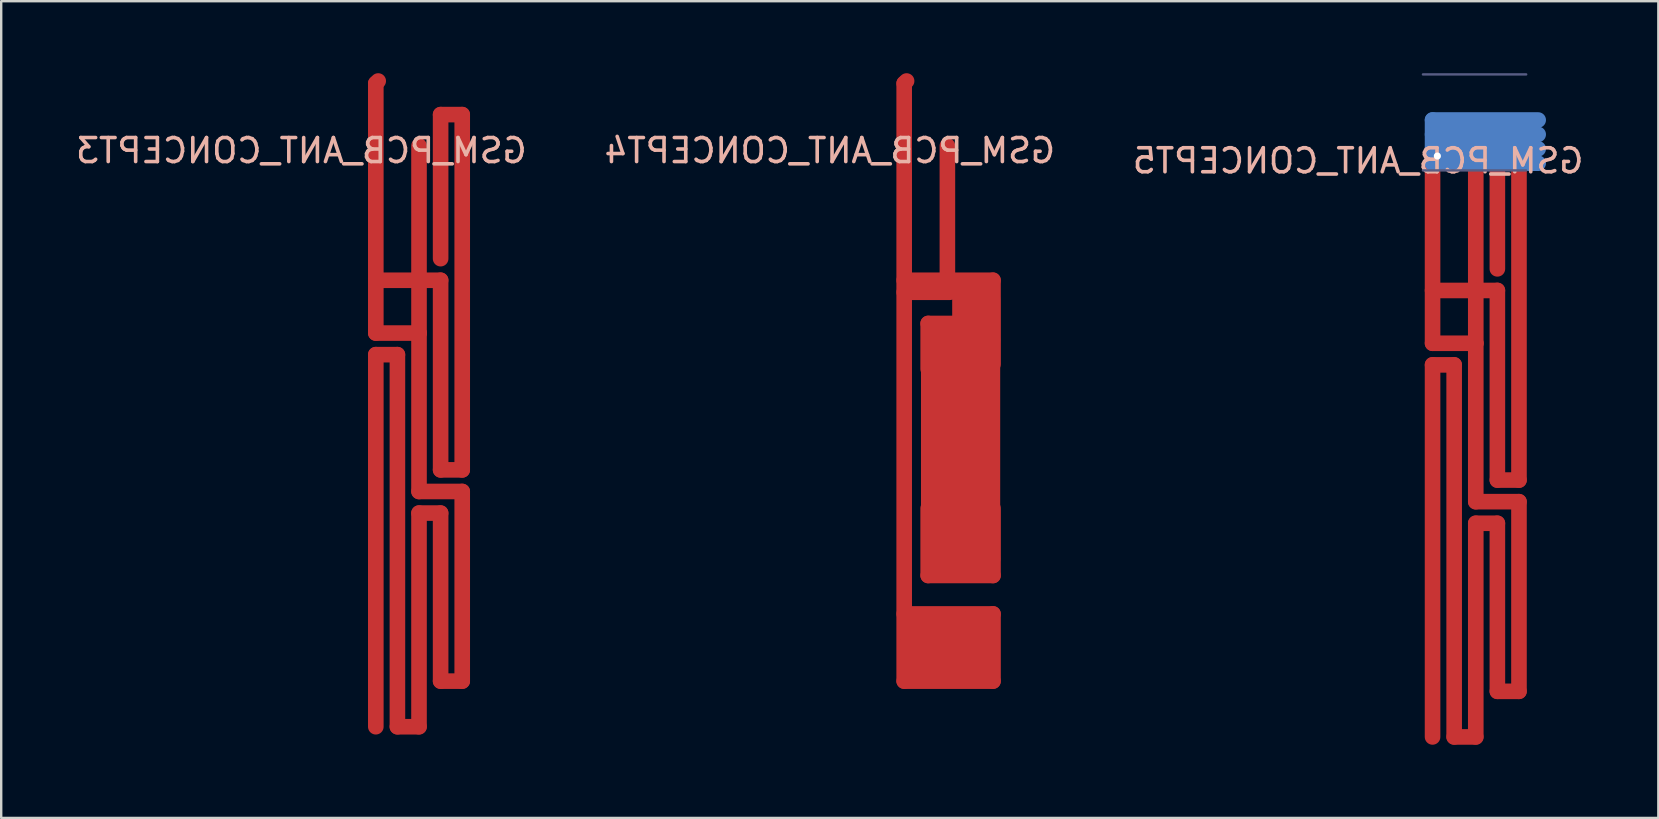
<source format=kicad_pcb>
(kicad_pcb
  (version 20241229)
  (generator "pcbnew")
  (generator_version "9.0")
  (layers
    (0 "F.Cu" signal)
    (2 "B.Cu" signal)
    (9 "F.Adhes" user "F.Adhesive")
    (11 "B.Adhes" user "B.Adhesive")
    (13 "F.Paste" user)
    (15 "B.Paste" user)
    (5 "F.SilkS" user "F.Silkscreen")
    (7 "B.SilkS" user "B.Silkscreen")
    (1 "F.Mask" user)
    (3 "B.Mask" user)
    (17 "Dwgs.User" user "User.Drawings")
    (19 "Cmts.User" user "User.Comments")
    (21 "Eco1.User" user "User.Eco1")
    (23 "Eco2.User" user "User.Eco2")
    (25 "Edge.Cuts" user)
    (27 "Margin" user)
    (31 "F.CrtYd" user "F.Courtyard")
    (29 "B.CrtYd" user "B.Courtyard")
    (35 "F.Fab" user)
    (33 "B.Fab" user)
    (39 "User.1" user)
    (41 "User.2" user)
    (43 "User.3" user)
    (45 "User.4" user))
  (footprint "GSM_PCB_ANT_CONCEPT4"
    (layer "F.Cu")
    (at 36.418 3.025)
    (property "Reference" "GSM_PCB_ANT_CONCEPT4" (at -4.9 0.2 0) (layer "B.SilkS") (effects (font (size 1 1) (thickness 0.15)) (justify mirror)))
    (attr through_hole)
    (fp_line (start -1.8 -2.6) (end -1.7 -2.7) (stroke (width 0.65) (type solid)) (layer "F.Cu"))
    (fp_line (start -1.8 6.1) (end 0.1 6.1) (stroke (width 0.65) (type solid)) (layer "F.Cu"))
    (fp_line (start -1.8 19.5) (end 1.9 19.5) (stroke (width 0.65) (type solid)) (layer "F.Cu"))
    (fp_line (start -1.8 22.3) (end -1.8 -2.6) (stroke (width 0.65) (type solid)) (layer "F.Cu"))
    (fp_line (start -1.8 22.3) (end 1.9 22.3) (stroke (width 0.65) (type solid)) (layer "F.Cu"))
    (fp_line (start -0.8 7.4) (end 1.1 7.4) (stroke (width 0.65) (type solid)) (layer "F.Cu"))
    (fp_line (start -0.8 9.3) (end -0.8 7.4) (stroke (width 0.65) (type solid)) (layer "F.Cu"))
    (fp_line (start -0.8 17.9) (end -0.8 15.1) (stroke (width 0.65) (type solid)) (layer "F.Cu"))
    (fp_line (start -0.8 17.9) (end 1.9 17.9) (stroke (width 0.65) (type solid)) (layer "F.Cu"))
    (fp_line (start -0.5 20.9) (end 0.6 20.9) (stroke (width 3) (type solid)) (layer "F.Cu"))
    (fp_line (start -0.1 17.2) (end -0.1 8.1) (stroke (width 2) (type solid)) (layer "F.Cu"))
    (fp_line (start 0 0) (end 0 5.6) (stroke (width 0.65) (type solid)) (layer "F.Cu"))
    (fp_line (start 0 5.6) (end -1.8 5.6) (stroke (width 0.65) (type solid)) (layer "F.Cu"))
    (fp_line (start 0 5.6) (end 1.9 5.6) (stroke (width 0.65) (type solid)) (layer "F.Cu"))
    (fp_line (start 1.2 8.1) (end -0.1 8.1) (stroke (width 2) (type solid)) (layer "F.Cu"))
    (fp_line (start 1.2 17.2) (end -0.1 17.2) (stroke (width 2) (type solid)) (layer "F.Cu"))
    (fp_line (start 1.2 17.2) (end 1.2 6.4) (stroke (width 2) (type solid)) (layer "F.Cu"))
    (fp_line (start 1.9 5.6) (end 1.9 9.1) (stroke (width 0.65) (type solid)) (layer "F.Cu"))
    (fp_line (start 1.9 17.9) (end 1.9 15.1) (stroke (width 0.65) (type solid)) (layer "F.Cu"))
    (fp_line (start 1.9 22.3) (end 1.9 19.5) (stroke (width 0.65) (type solid)) (layer "F.Cu"))
    (fp_line (start -2.15 -2.3) (end -2.15 22.6) (stroke (width 0.05) (type solid)) (layer "Eco1.User"))
    (fp_line (start -2.15 -2.3) (end 2.25 -2.3) (stroke (width 0.05) (type solid)) (layer "Eco1.User"))
    (fp_line (start -2.15 22.6) (end 2.05 22.6) (stroke (width 0.05) (type solid)) (layer "Eco1.User"))
    (fp_line (start -2.15 22.7) (end -2.15 22.8) (stroke (width 0.05) (type solid)) (layer "Eco1.User"))
    (fp_line (start -2.15 22.95) (end -2.15 23.05) (stroke (width 0.05) (type solid)) (layer "Eco1.User"))
    (fp_line (start -2.15 23.2) (end -2.15 23.3) (stroke (width 0.05) (type solid)) (layer "Eco1.User"))
    (fp_line (start -2.15 23.45) (end -2.15 23.55) (stroke (width 0.05) (type solid)) (layer "Eco1.User"))
    (fp_line (start -2.15 23.7) (end -2.15 23.8) (stroke (width 0.05) (type solid)) (layer "Eco1.User"))
    (fp_line (start -2.15 23.95) (end -2.15 24.05) (stroke (width 0.05) (type solid)) (layer "Eco1.User"))
    (fp_line (start -2.15 24.2) (end -2.15 24.3) (stroke (width 0.05) (type solid)) (layer "Eco1.User"))
    (fp_line (start -2.15 24.45) (end -2.15 24.55) (stroke (width 0.05) (type solid)) (layer "Eco1.User"))
    (fp_line (start -2.15 24.55) (end -2.05 24.55) (stroke (width 0.05) (type solid)) (layer "Eco1.User"))
    (fp_line (start -1.9 24.55) (end -1.8 24.55) (stroke (width 0.05) (type solid)) (layer "Eco1.User"))
    (fp_line (start -1.65 24.55) (end -1.55 24.55) (stroke (width 0.05) (type solid)) (layer "Eco1.User"))
    (fp_line (start -1.4 24.55) (end -1.3 24.55) (stroke (width 0.05) (type solid)) (layer "Eco1.User"))
    (fp_line (start -1.15 24.55) (end -1.05 24.55) (stroke (width 0.05) (type solid)) (layer "Eco1.User"))
    (fp_line (start -0.9 24.55) (end -0.8 24.55) (stroke (width 0.05) (type solid)) (layer "Eco1.User"))
    (fp_line (start -0.65 24.55) (end -0.55 24.55) (stroke (width 0.05) (type solid)) (layer "Eco1.User"))
    (fp_line (start -0.45 -0.325) (end -0.45 0.325) (stroke (width 0.05) (type solid)) (layer "Eco1.User"))
    (fp_line (start -0.45 -0.325) (end 0.45 -0.325) (stroke (width 0.05) (type solid)) (layer "Eco1.User"))
    (fp_line (start -0.45 0.325) (end 0.45 0.325) (stroke (width 0.05) (type solid)) (layer "Eco1.User"))
    (fp_line (start -0.4 24.55) (end -0.3 24.55) (stroke (width 0.05) (type solid)) (layer "Eco1.User"))
    (fp_line (start -0.15 24.55) (end -0.05 24.55) (stroke (width 0.05) (type solid)) (layer "Eco1.User"))
    (fp_line (start 0.1 24.55) (end 0.15 24.55) (stroke (width 0.05) (type solid)) (layer "Eco1.User"))
    (fp_line (start 0.275 24.375) (end 0.2 24.45) (stroke (width 0.05) (type solid)) (layer "Eco1.User"))
    (fp_line (start 0.45 -0.325) (end 0.45 0.325) (stroke (width 0.05) (type solid)) (layer "Eco1.User"))
    (fp_line (start 0.45 24.2) (end 0.375 24.275) (stroke (width 0.05) (type solid)) (layer "Eco1.User"))
    (fp_line (start 0.625 24.025) (end 0.55 24.1) (stroke (width 0.05) (type solid)) (layer "Eco1.User"))
    (fp_line (start 0.8 23.85) (end 0.725 23.925) (stroke (width 0.05) (type solid)) (layer "Eco1.User"))
    (fp_line (start 0.975 23.675) (end 0.9 23.75) (stroke (width 0.05) (type solid)) (layer "Eco1.User"))
    (fp_line (start 1.15 23.5) (end 1.075 23.575) (stroke (width 0.05) (type solid)) (layer "Eco1.User"))
    (fp_line (start 1.325 23.325) (end 1.25 23.4) (stroke (width 0.05) (type solid)) (layer "Eco1.User"))
    (fp_line (start 1.525 23.125) (end 1.45 23.2) (stroke (width 0.05) (type solid)) (layer "Eco1.User"))
    (fp_line (start 1.725 22.925) (end 1.65 23) (stroke (width 0.05) (type solid)) (layer "Eco1.User"))
    (fp_line (start 1.913 22.738) (end 1.837 22.812) (stroke (width 0.05) (type solid)) (layer "Eco1.User"))
    (fp_line (start 2.25 -2.3) (end 2.25 22.4) (stroke (width 0.05) (type solid)) (layer "Eco1.User"))
    (fp_line (start 2.25 22.4) (end 2.05 22.6) (stroke (width 0.05) (type solid)) (layer "Eco1.User"))
    (pad "1" smd rect (at 0 0) (size 0.2 0.2) (layers "F.Cu"))
    (pad "2" smd rect (at -1.7 -2.7) (size 0.2 0.2) (layers "F.Cu")))
  (footprint "GSM_PCB_ANT_CONCEPT5"
    (layer "F.Cu")
    (at 58.43 3.45)
    (property "Reference" "GSM_PCB_ANT_CONCEPT5" (at -4.9 0.2 0) (layer "B.SilkS") (effects (font (size 1 1) (thickness 0.15)) (justify mirror)))
    (attr through_hole)
    (fp_line (start -1.8 7.8) (end -1.8 0.2) (stroke (width 0.65) (type solid)) (layer "F.Cu"))
    (fp_line (start -1.8 8.7) (end -1.8 24.2) (stroke (width 0.65) (type solid)) (layer "F.Cu"))
    (fp_line (start -1.7 0.1) (end -1.8 0.2) (stroke (width 0.65) (type solid)) (layer "F.Cu"))
    (fp_line (start -0.9 8.7) (end -1.8 8.7) (stroke (width 0.65) (type solid)) (layer "F.Cu"))
    (fp_line (start -0.9 8.7) (end -0.9 24.2) (stroke (width 0.65) (type solid)) (layer "F.Cu"))
    (fp_line (start -0.9 24.2) (end 0 24.2) (stroke (width 0.65) (type solid)) (layer "F.Cu"))
    (fp_line (start 0 0) (end 0 5.6) (stroke (width 0.65) (type solid)) (layer "F.Cu"))
    (fp_line (start 0 5.6) (end -1.8 5.6) (stroke (width 0.65) (type solid)) (layer "F.Cu"))
    (fp_line (start 0 5.6) (end 0.9 5.6) (stroke (width 0.65) (type solid)) (layer "F.Cu"))
    (fp_line (start 0 7.8) (end -1.8 7.8) (stroke (width 0.65) (type solid)) (layer "F.Cu"))
    (fp_line (start 0 7.8) (end 0 5.6) (stroke (width 0.65) (type solid)) (layer "F.Cu"))
    (fp_line (start 0 7.8) (end 0 14.4) (stroke (width 0.65) (type solid)) (layer "F.Cu"))
    (fp_line (start 0 15.3) (end 0 24.2) (stroke (width 0.65) (type solid)) (layer "F.Cu"))
    (fp_line (start 0.9 -1.3) (end 0.9 4.7) (stroke (width 0.65) (type solid)) (layer "F.Cu"))
    (fp_line (start 0.9 5.6) (end 0.9 13.5) (stroke (width 0.65) (type solid)) (layer "F.Cu"))
    (fp_line (start 0.9 15.3) (end 0 15.3) (stroke (width 0.65) (type solid)) (layer "F.Cu"))
    (fp_line (start 0.9 15.3) (end 0.9 22.3) (stroke (width 0.65) (type solid)) (layer "F.Cu"))
    (fp_line (start 1.8 -1.3) (end 0.9 -1.3) (stroke (width 0.65) (type solid)) (layer "F.Cu"))
    (fp_line (start 1.8 -1.3) (end 1.8 13.5) (stroke (width 0.65) (type solid)) (layer "F.Cu"))
    (fp_line (start 1.8 13.5) (end 0.9 13.5) (stroke (width 0.65) (type solid)) (layer "F.Cu"))
    (fp_line (start 1.8 14.4) (end 0 14.4) (stroke (width 0.65) (type solid)) (layer "F.Cu"))
    (fp_line (start 1.8 14.4) (end 1.8 22.3) (stroke (width 0.65) (type solid)) (layer "F.Cu"))
    (fp_line (start 1.8 22.3) (end 0.9 22.3) (stroke (width 0.65) (type solid)) (layer "F.Cu"))
    (fp_line (start -1.8 -1.5) (end -1.8 0.3) (stroke (width 0.65) (type solid)) (layer "B.Cu"))
    (fp_line (start 2.6 -1.5) (end -1.8 -1.5) (stroke (width 0.65) (type solid)) (layer "B.Cu"))
    (fp_line (start 2.6 -0.9) (end -1.8 -0.9) (stroke (width 0.65) (type solid)) (layer "B.Cu"))
    (fp_line (start 2.6 -0.3) (end -1.8 -0.3) (stroke (width 0.65) (type solid)) (layer "B.Cu"))
    (fp_line (start 2.6 0.3) (end -1.8 0.3) (stroke (width 0.65) (type solid)) (layer "B.Cu"))
    (fp_line (start -2.15 -2.3) (end -2.15 22.6) (stroke (width 0.05) (type solid)) (layer "Eco1.User"))
    (fp_line (start -2.15 -2.3) (end 2.25 -2.3) (stroke (width 0.05) (type solid)) (layer "Eco1.User"))
    (fp_line (start -2.15 22.6) (end 2.05 22.6) (stroke (width 0.05) (type solid)) (layer "Eco1.User"))
    (fp_line (start -2.15 22.7) (end -2.15 22.8) (stroke (width 0.05) (type solid)) (layer "Eco1.User"))
    (fp_line (start -2.15 22.95) (end -2.15 23.05) (stroke (width 0.05) (type solid)) (layer "Eco1.User"))
    (fp_line (start -2.15 23.2) (end -2.15 23.3) (stroke (width 0.05) (type solid)) (layer "Eco1.User"))
    (fp_line (start -2.15 23.45) (end -2.15 23.55) (stroke (width 0.05) (type solid)) (layer "Eco1.User"))
    (fp_line (start -2.15 23.7) (end -2.15 23.8) (stroke (width 0.05) (type solid)) (layer "Eco1.User"))
    (fp_line (start -2.15 23.95) (end -2.15 24.05) (stroke (width 0.05) (type solid)) (layer "Eco1.User"))
    (fp_line (start -2.15 24.2) (end -2.15 24.3) (stroke (width 0.05) (type solid)) (layer "Eco1.User"))
    (fp_line (start -2.15 24.45) (end -2.15 24.55) (stroke (width 0.05) (type solid)) (layer "Eco1.User"))
    (fp_line (start -2.15 24.55) (end -2.05 24.55) (stroke (width 0.05) (type solid)) (layer "Eco1.User"))
    (fp_line (start -1.9 24.55) (end -1.8 24.55) (stroke (width 0.05) (type solid)) (layer "Eco1.User"))
    (fp_line (start -1.65 24.55) (end -1.55 24.55) (stroke (width 0.05) (type solid)) (layer "Eco1.User"))
    (fp_line (start -1.4 24.55) (end -1.3 24.55) (stroke (width 0.05) (type solid)) (layer "Eco1.User"))
    (fp_line (start -1.15 24.55) (end -1.05 24.55) (stroke (width 0.05) (type solid)) (layer "Eco1.User"))
    (fp_line (start -0.9 24.55) (end -0.8 24.55) (stroke (width 0.05) (type solid)) (layer "Eco1.User"))
    (fp_line (start -0.65 24.55) (end -0.55 24.55) (stroke (width 0.05) (type solid)) (layer "Eco1.User"))
    (fp_line (start -0.45 -0.325) (end -0.45 0.325) (stroke (width 0.05) (type solid)) (layer "Eco1.User"))
    (fp_line (start -0.45 -0.325) (end 0.45 -0.325) (stroke (width 0.05) (type solid)) (layer "Eco1.User"))
    (fp_line (start -0.45 0.325) (end 0.45 0.325) (stroke (width 0.05) (type solid)) (layer "Eco1.User"))
    (fp_line (start -0.4 24.55) (end -0.3 24.55) (stroke (width 0.05) (type solid)) (layer "Eco1.User"))
    (fp_line (start -0.15 24.55) (end -0.05 24.55) (stroke (width 0.05) (type solid)) (layer "Eco1.User"))
    (fp_line (start 0.1 24.55) (end 0.15 24.55) (stroke (width 0.05) (type solid)) (layer "Eco1.User"))
    (fp_line (start 0.275 24.375) (end 0.2 24.45) (stroke (width 0.05) (type solid)) (layer "Eco1.User"))
    (fp_line (start 0.45 -0.325) (end 0.45 0.325) (stroke (width 0.05) (type solid)) (layer "Eco1.User"))
    (fp_line (start 0.45 24.2) (end 0.375 24.275) (stroke (width 0.05) (type solid)) (layer "Eco1.User"))
    (fp_line (start 0.625 24.025) (end 0.55 24.1) (stroke (width 0.05) (type solid)) (layer "Eco1.User"))
    (fp_line (start 0.8 23.85) (end 0.725 23.925) (stroke (width 0.05) (type solid)) (layer "Eco1.User"))
    (fp_line (start 0.975 23.675) (end 0.9 23.75) (stroke (width 0.05) (type solid)) (layer "Eco1.User"))
    (fp_line (start 1.15 23.5) (end 1.075 23.575) (stroke (width 0.05) (type solid)) (layer "Eco1.User"))
    (fp_line (start 1.325 23.325) (end 1.25 23.4) (stroke (width 0.05) (type solid)) (layer "Eco1.User"))
    (fp_line (start 1.525 23.125) (end 1.45 23.2) (stroke (width 0.05) (type solid)) (layer "Eco1.User"))
    (fp_line (start 1.725 22.925) (end 1.65 23) (stroke (width 0.05) (type solid)) (layer "Eco1.User"))
    (fp_line (start 1.913 22.738) (end 1.837 22.812) (stroke (width 0.05) (type solid)) (layer "Eco1.User"))
    (fp_line (start 2.25 -2.3) (end 2.25 22.4) (stroke (width 0.05) (type solid)) (layer "Eco1.User"))
    (fp_line (start 2.25 22.4) (end 2.05 22.6) (stroke (width 0.05) (type solid)) (layer "Eco1.User"))
    (fp_line (start -2.2 -3.4) (end 2.1 -3.4) (stroke (width 0.1) (type solid)) (layer "B.Fab"))
    (fp_line (start -2.2 0.6) (end 2.1 0.6) (stroke (width 0.1) (type solid)) (layer "B.Fab"))
    (pad "1" smd rect (at 0 0) (size 0.2 0.2) (layers "F.Cu"))
    (pad "2" thru_hole circle (at -1.6 0) (size 0.7 0.7) (drill 0.3) (layers "*.Cu" "*.Mask")))
  (footprint "GSM_PCB_ANT_CONCEPT3"
    (layer "F.Cu")
    (at 14.406 3.025)
    (property "Reference" "GSM_PCB_ANT_CONCEPT3" (at -4.9 0.2 0) (layer "B.SilkS") (effects (font (size 1 1) (thickness 0.15)) (justify mirror)))
    (attr through_hole)
    (fp_line (start -1.8 -2.6) (end -1.7 -2.7) (stroke (width 0.65) (type solid)) (layer "F.Cu"))
    (fp_line (start -1.8 7.8) (end -1.8 -2.6) (stroke (width 0.65) (type solid)) (layer "F.Cu"))
    (fp_line (start -1.8 8.7) (end -1.8 24.2) (stroke (width 0.65) (type solid)) (layer "F.Cu"))
    (fp_line (start -0.9 8.7) (end -1.8 8.7) (stroke (width 0.65) (type solid)) (layer "F.Cu"))
    (fp_line (start -0.9 8.7) (end -0.9 24.2) (stroke (width 0.65) (type solid)) (layer "F.Cu"))
    (fp_line (start -0.9 24.2) (end 0 24.2) (stroke (width 0.65) (type solid)) (layer "F.Cu"))
    (fp_line (start 0 0) (end 0 5.6) (stroke (width 0.65) (type solid)) (layer "F.Cu"))
    (fp_line (start 0 5.6) (end -1.8 5.6) (stroke (width 0.65) (type solid)) (layer "F.Cu"))
    (fp_line (start 0 5.6) (end 0.9 5.6) (stroke (width 0.65) (type solid)) (layer "F.Cu"))
    (fp_line (start 0 7.8) (end -1.8 7.8) (stroke (width 0.65) (type solid)) (layer "F.Cu"))
    (fp_line (start 0 7.8) (end 0 5.6) (stroke (width 0.65) (type solid)) (layer "F.Cu"))
    (fp_line (start 0 7.8) (end 0 14.4) (stroke (width 0.65) (type solid)) (layer "F.Cu"))
    (fp_line (start 0 15.3) (end 0 24.2) (stroke (width 0.65) (type solid)) (layer "F.Cu"))
    (fp_line (start 0.9 -1.3) (end 0.9 4.7) (stroke (width 0.65) (type solid)) (layer "F.Cu"))
    (fp_line (start 0.9 5.6) (end 0.9 13.5) (stroke (width 0.65) (type solid)) (layer "F.Cu"))
    (fp_line (start 0.9 15.3) (end 0 15.3) (stroke (width 0.65) (type solid)) (layer "F.Cu"))
    (fp_line (start 0.9 15.3) (end 0.9 22.3) (stroke (width 0.65) (type solid)) (layer "F.Cu"))
    (fp_line (start 1.8 -1.3) (end 0.9 -1.3) (stroke (width 0.65) (type solid)) (layer "F.Cu"))
    (fp_line (start 1.8 -1.3) (end 1.8 13.5) (stroke (width 0.65) (type solid)) (layer "F.Cu"))
    (fp_line (start 1.8 13.5) (end 0.9 13.5) (stroke (width 0.65) (type solid)) (layer "F.Cu"))
    (fp_line (start 1.8 14.4) (end 0 14.4) (stroke (width 0.65) (type solid)) (layer "F.Cu"))
    (fp_line (start 1.8 14.4) (end 1.8 22.3) (stroke (width 0.65) (type solid)) (layer "F.Cu"))
    (fp_line (start 1.8 22.3) (end 0.9 22.3) (stroke (width 0.65) (type solid)) (layer "F.Cu"))
    (fp_line (start -2.15 -2.3) (end -2.15 22.6) (stroke (width 0.05) (type solid)) (layer "Eco1.User"))
    (fp_line (start -2.15 -2.3) (end 2.25 -2.3) (stroke (width 0.05) (type solid)) (layer "Eco1.User"))
    (fp_line (start -2.15 22.6) (end 2.05 22.6) (stroke (width 0.05) (type solid)) (layer "Eco1.User"))
    (fp_line (start -2.15 22.7) (end -2.15 22.8) (stroke (width 0.05) (type solid)) (layer "Eco1.User"))
    (fp_line (start -2.15 22.95) (end -2.15 23.05) (stroke (width 0.05) (type solid)) (layer "Eco1.User"))
    (fp_line (start -2.15 23.2) (end -2.15 23.3) (stroke (width 0.05) (type solid)) (layer "Eco1.User"))
    (fp_line (start -2.15 23.45) (end -2.15 23.55) (stroke (width 0.05) (type solid)) (layer "Eco1.User"))
    (fp_line (start -2.15 23.7) (end -2.15 23.8) (stroke (width 0.05) (type solid)) (layer "Eco1.User"))
    (fp_line (start -2.15 23.95) (end -2.15 24.05) (stroke (width 0.05) (type solid)) (layer "Eco1.User"))
    (fp_line (start -2.15 24.2) (end -2.15 24.3) (stroke (width 0.05) (type solid)) (layer "Eco1.User"))
    (fp_line (start -2.15 24.45) (end -2.15 24.55) (stroke (width 0.05) (type solid)) (layer "Eco1.User"))
    (fp_line (start -2.15 24.55) (end -2.05 24.55) (stroke (width 0.05) (type solid)) (layer "Eco1.User"))
    (fp_line (start -1.9 24.55) (end -1.8 24.55) (stroke (width 0.05) (type solid)) (layer "Eco1.User"))
    (fp_line (start -1.65 24.55) (end -1.55 24.55) (stroke (width 0.05) (type solid)) (layer "Eco1.User"))
    (fp_line (start -1.4 24.55) (end -1.3 24.55) (stroke (width 0.05) (type solid)) (layer "Eco1.User"))
    (fp_line (start -1.15 24.55) (end -1.05 24.55) (stroke (width 0.05) (type solid)) (layer "Eco1.User"))
    (fp_line (start -0.9 24.55) (end -0.8 24.55) (stroke (width 0.05) (type solid)) (layer "Eco1.User"))
    (fp_line (start -0.65 24.55) (end -0.55 24.55) (stroke (width 0.05) (type solid)) (layer "Eco1.User"))
    (fp_line (start -0.45 -0.325) (end -0.45 0.325) (stroke (width 0.05) (type solid)) (layer "Eco1.User"))
    (fp_line (start -0.45 -0.325) (end 0.45 -0.325) (stroke (width 0.05) (type solid)) (layer "Eco1.User"))
    (fp_line (start -0.45 0.325) (end 0.45 0.325) (stroke (width 0.05) (type solid)) (layer "Eco1.User"))
    (fp_line (start -0.4 24.55) (end -0.3 24.55) (stroke (width 0.05) (type solid)) (layer "Eco1.User"))
    (fp_line (start -0.15 24.55) (end -0.05 24.55) (stroke (width 0.05) (type solid)) (layer "Eco1.User"))
    (fp_line (start 0.1 24.55) (end 0.15 24.55) (stroke (width 0.05) (type solid)) (layer "Eco1.User"))
    (fp_line (start 0.275 24.375) (end 0.2 24.45) (stroke (width 0.05) (type solid)) (layer "Eco1.User"))
    (fp_line (start 0.45 -0.325) (end 0.45 0.325) (stroke (width 0.05) (type solid)) (layer "Eco1.User"))
    (fp_line (start 0.45 24.2) (end 0.375 24.275) (stroke (width 0.05) (type solid)) (layer "Eco1.User"))
    (fp_line (start 0.625 24.025) (end 0.55 24.1) (stroke (width 0.05) (type solid)) (layer "Eco1.User"))
    (fp_line (start 0.8 23.85) (end 0.725 23.925) (stroke (width 0.05) (type solid)) (layer "Eco1.User"))
    (fp_line (start 0.975 23.675) (end 0.9 23.75) (stroke (width 0.05) (type solid)) (layer "Eco1.User"))
    (fp_line (start 1.15 23.5) (end 1.075 23.575) (stroke (width 0.05) (type solid)) (layer "Eco1.User"))
    (fp_line (start 1.325 23.325) (end 1.25 23.4) (stroke (width 0.05) (type solid)) (layer "Eco1.User"))
    (fp_line (start 1.525 23.125) (end 1.45 23.2) (stroke (width 0.05) (type solid)) (layer "Eco1.User"))
    (fp_line (start 1.725 22.925) (end 1.65 23) (stroke (width 0.05) (type solid)) (layer "Eco1.User"))
    (fp_line (start 1.913 22.738) (end 1.837 22.812) (stroke (width 0.05) (type solid)) (layer "Eco1.User"))
    (fp_line (start 2.25 -2.3) (end 2.25 22.4) (stroke (width 0.05) (type solid)) (layer "Eco1.User"))
    (fp_line (start 2.25 22.4) (end 2.05 22.6) (stroke (width 0.05) (type solid)) (layer "Eco1.User"))
    (pad "1" smd rect (at 0 0) (size 0.2 0.2) (layers "F.Cu"))
    (pad "2" smd rect (at -1.7 -2.7) (size 0.2 0.2) (layers "F.Cu")))
  (gr_rect
    (start -3 -3)
    (end 66.036 31.025)
    (stroke (width 0.1) (type default))
    (fill no)
    (layer "Edge.Cuts")))
</source>
